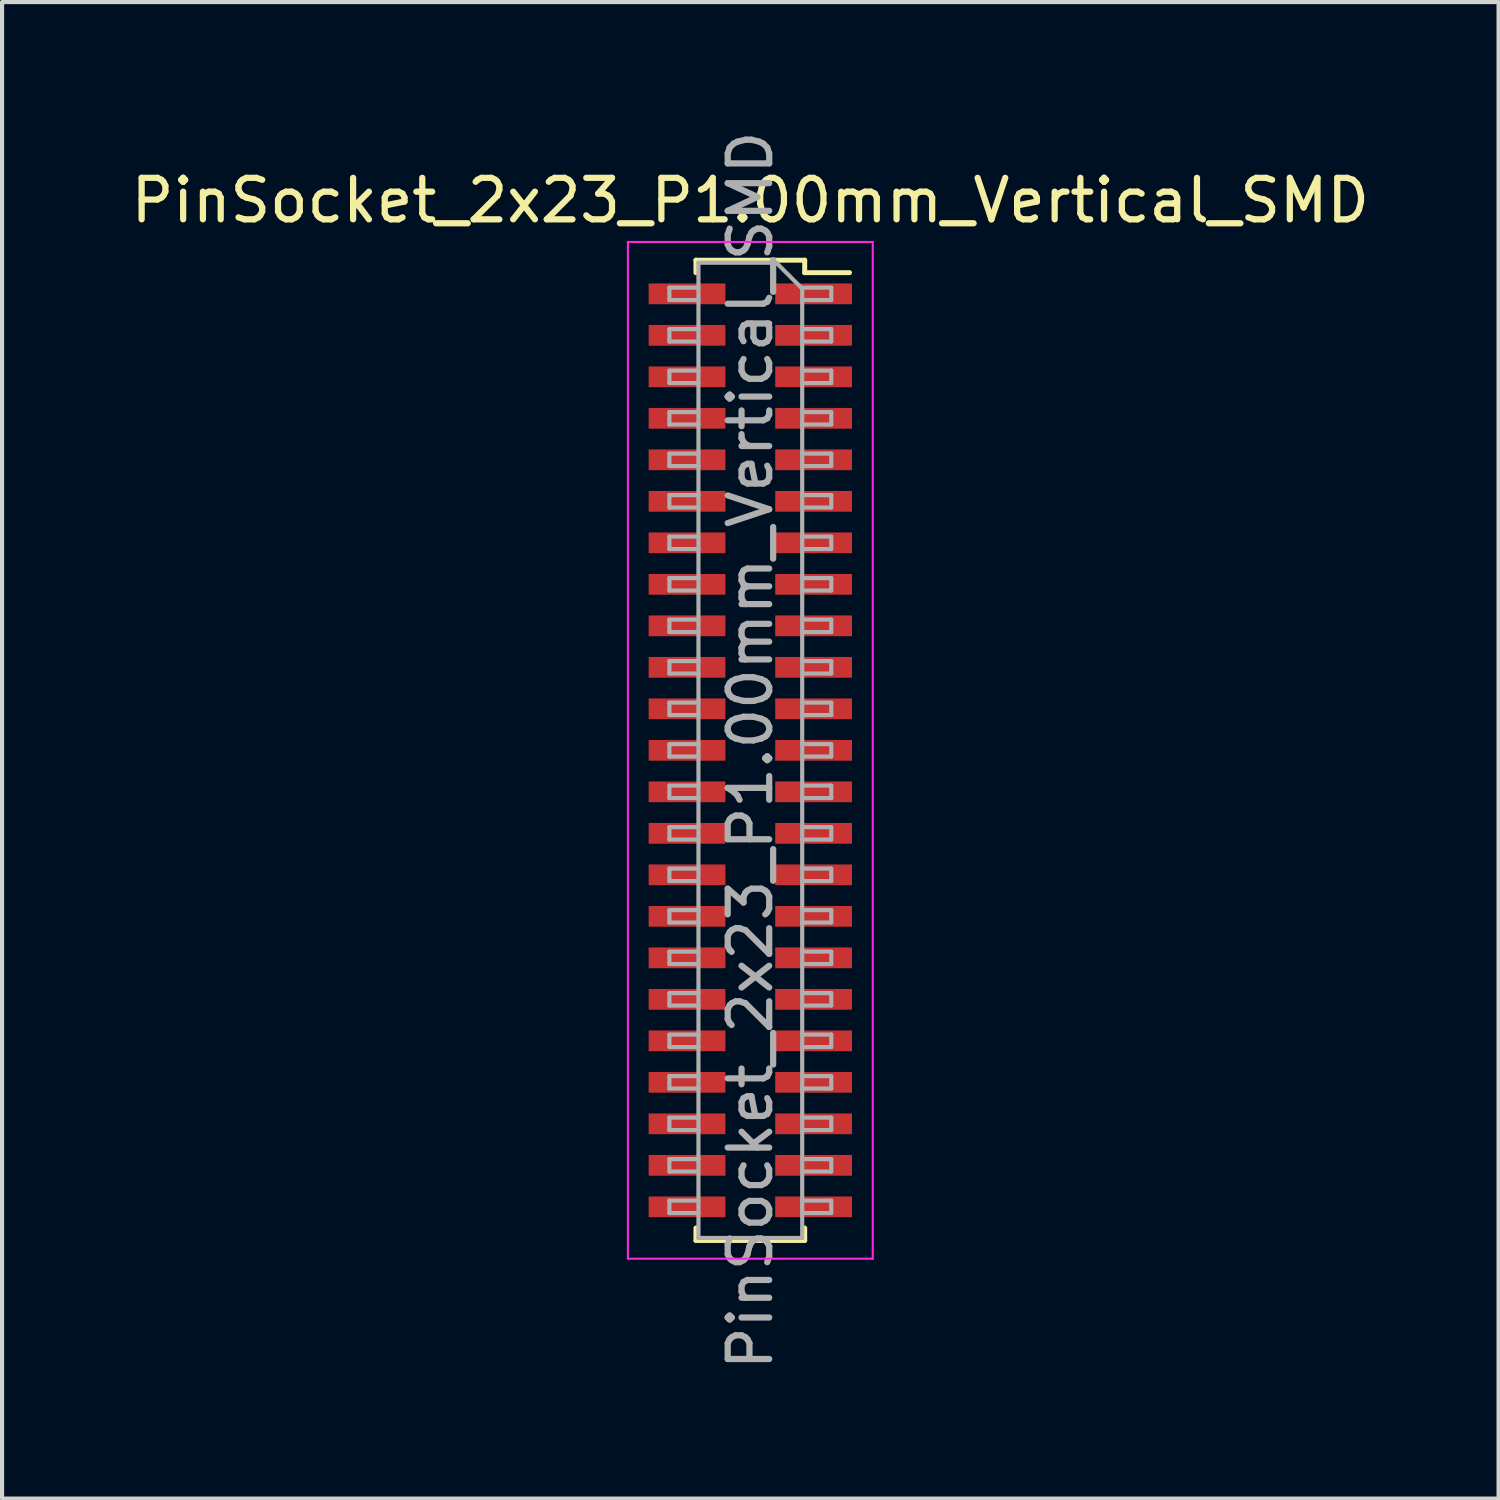
<source format=kicad_pcb>
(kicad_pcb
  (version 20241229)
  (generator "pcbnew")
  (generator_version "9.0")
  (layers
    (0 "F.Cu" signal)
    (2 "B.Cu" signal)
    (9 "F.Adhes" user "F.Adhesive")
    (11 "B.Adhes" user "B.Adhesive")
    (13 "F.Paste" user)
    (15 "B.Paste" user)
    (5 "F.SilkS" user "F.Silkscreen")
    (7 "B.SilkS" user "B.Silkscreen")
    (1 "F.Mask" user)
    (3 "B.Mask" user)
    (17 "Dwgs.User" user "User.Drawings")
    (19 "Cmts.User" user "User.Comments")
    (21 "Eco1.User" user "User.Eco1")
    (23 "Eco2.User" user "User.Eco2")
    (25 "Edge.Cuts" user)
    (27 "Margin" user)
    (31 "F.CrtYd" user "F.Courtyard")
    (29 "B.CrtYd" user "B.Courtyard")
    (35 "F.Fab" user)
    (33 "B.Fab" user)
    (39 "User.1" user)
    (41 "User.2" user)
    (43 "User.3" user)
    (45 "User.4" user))
  (footprint "PinSocket_2x23_P1.00mm_Vertical_SMD"
    (layer "F.Cu")
    (at 15.03 15.03)
    (property "Reference" "PinSocket_2x23_P1.00mm_Vertical_SMD" (at 0 -13.25 0) (layer "F.SilkS") (effects (font (size 1 1) (thickness 0.15))))
    (attr smd)
    (fp_line (start -1.31 -11.81) (end -1.31 -11.51) (stroke (width 0.12) (type solid)) (layer "F.SilkS"))
    (fp_line (start -1.31 -11.81) (end 1.31 -11.81) (stroke (width 0.12) (type solid)) (layer "F.SilkS"))
    (fp_line (start -1.31 11.51) (end -1.31 11.81) (stroke (width 0.12) (type solid)) (layer "F.SilkS"))
    (fp_line (start -1.31 11.81) (end 1.31 11.81) (stroke (width 0.12) (type solid)) (layer "F.SilkS"))
    (fp_line (start 1.31 -11.81) (end 1.31 -11.51) (stroke (width 0.12) (type solid)) (layer "F.SilkS"))
    (fp_line (start 1.31 -11.51) (end 2.39 -11.51) (stroke (width 0.12) (type solid)) (layer "F.SilkS"))
    (fp_line (start 1.31 11.51) (end 1.31 11.81) (stroke (width 0.12) (type solid)) (layer "F.SilkS"))
    (fp_line (start -2.95 -12.25) (end 2.95 -12.25) (stroke (width 0.05) (type solid)) (layer "F.CrtYd"))
    (fp_line (start -2.95 12.25) (end -2.95 -12.25) (stroke (width 0.05) (type solid)) (layer "F.CrtYd"))
    (fp_line (start 2.95 -12.25) (end 2.95 12.25) (stroke (width 0.05) (type solid)) (layer "F.CrtYd"))
    (fp_line (start 2.95 12.25) (end -2.95 12.25) (stroke (width 0.05) (type solid)) (layer "F.CrtYd"))
    (fp_line (start -1.95 -11.15) (end -1.25 -11.15) (stroke (width 0.1) (type solid)) (layer "F.Fab"))
    (fp_line (start -1.95 -10.85) (end -1.95 -11.15) (stroke (width 0.1) (type solid)) (layer "F.Fab"))
    (fp_line (start -1.95 -10.15) (end -1.25 -10.15) (stroke (width 0.1) (type solid)) (layer "F.Fab"))
    (fp_line (start -1.95 -9.85) (end -1.95 -10.15) (stroke (width 0.1) (type solid)) (layer "F.Fab"))
    (fp_line (start -1.95 -9.15) (end -1.25 -9.15) (stroke (width 0.1) (type solid)) (layer "F.Fab"))
    (fp_line (start -1.95 -8.85) (end -1.95 -9.15) (stroke (width 0.1) (type solid)) (layer "F.Fab"))
    (fp_line (start -1.95 -8.15) (end -1.25 -8.15) (stroke (width 0.1) (type solid)) (layer "F.Fab"))
    (fp_line (start -1.95 -7.85) (end -1.95 -8.15) (stroke (width 0.1) (type solid)) (layer "F.Fab"))
    (fp_line (start -1.95 -7.15) (end -1.25 -7.15) (stroke (width 0.1) (type solid)) (layer "F.Fab"))
    (fp_line (start -1.95 -6.85) (end -1.95 -7.15) (stroke (width 0.1) (type solid)) (layer "F.Fab"))
    (fp_line (start -1.95 -6.15) (end -1.25 -6.15) (stroke (width 0.1) (type solid)) (layer "F.Fab"))
    (fp_line (start -1.95 -5.85) (end -1.95 -6.15) (stroke (width 0.1) (type solid)) (layer "F.Fab"))
    (fp_line (start -1.95 -5.15) (end -1.25 -5.15) (stroke (width 0.1) (type solid)) (layer "F.Fab"))
    (fp_line (start -1.95 -4.85) (end -1.95 -5.15) (stroke (width 0.1) (type solid)) (layer "F.Fab"))
    (fp_line (start -1.95 -4.15) (end -1.25 -4.15) (stroke (width 0.1) (type solid)) (layer "F.Fab"))
    (fp_line (start -1.95 -3.85) (end -1.95 -4.15) (stroke (width 0.1) (type solid)) (layer "F.Fab"))
    (fp_line (start -1.95 -3.15) (end -1.25 -3.15) (stroke (width 0.1) (type solid)) (layer "F.Fab"))
    (fp_line (start -1.95 -2.85) (end -1.95 -3.15) (stroke (width 0.1) (type solid)) (layer "F.Fab"))
    (fp_line (start -1.95 -2.15) (end -1.25 -2.15) (stroke (width 0.1) (type solid)) (layer "F.Fab"))
    (fp_line (start -1.95 -1.85) (end -1.95 -2.15) (stroke (width 0.1) (type solid)) (layer "F.Fab"))
    (fp_line (start -1.95 -1.15) (end -1.25 -1.15) (stroke (width 0.1) (type solid)) (layer "F.Fab"))
    (fp_line (start -1.95 -0.85) (end -1.95 -1.15) (stroke (width 0.1) (type solid)) (layer "F.Fab"))
    (fp_line (start -1.95 -0.15) (end -1.25 -0.15) (stroke (width 0.1) (type solid)) (layer "F.Fab"))
    (fp_line (start -1.95 0.15) (end -1.95 -0.15) (stroke (width 0.1) (type solid)) (layer "F.Fab"))
    (fp_line (start -1.95 0.85) (end -1.25 0.85) (stroke (width 0.1) (type solid)) (layer "F.Fab"))
    (fp_line (start -1.95 1.15) (end -1.95 0.85) (stroke (width 0.1) (type solid)) (layer "F.Fab"))
    (fp_line (start -1.95 1.85) (end -1.25 1.85) (stroke (width 0.1) (type solid)) (layer "F.Fab"))
    (fp_line (start -1.95 2.15) (end -1.95 1.85) (stroke (width 0.1) (type solid)) (layer "F.Fab"))
    (fp_line (start -1.95 2.85) (end -1.25 2.85) (stroke (width 0.1) (type solid)) (layer "F.Fab"))
    (fp_line (start -1.95 3.15) (end -1.95 2.85) (stroke (width 0.1) (type solid)) (layer "F.Fab"))
    (fp_line (start -1.95 3.85) (end -1.25 3.85) (stroke (width 0.1) (type solid)) (layer "F.Fab"))
    (fp_line (start -1.95 4.15) (end -1.95 3.85) (stroke (width 0.1) (type solid)) (layer "F.Fab"))
    (fp_line (start -1.95 4.85) (end -1.25 4.85) (stroke (width 0.1) (type solid)) (layer "F.Fab"))
    (fp_line (start -1.95 5.15) (end -1.95 4.85) (stroke (width 0.1) (type solid)) (layer "F.Fab"))
    (fp_line (start -1.95 5.85) (end -1.25 5.85) (stroke (width 0.1) (type solid)) (layer "F.Fab"))
    (fp_line (start -1.95 6.15) (end -1.95 5.85) (stroke (width 0.1) (type solid)) (layer "F.Fab"))
    (fp_line (start -1.95 6.85) (end -1.25 6.85) (stroke (width 0.1) (type solid)) (layer "F.Fab"))
    (fp_line (start -1.95 7.15) (end -1.95 6.85) (stroke (width 0.1) (type solid)) (layer "F.Fab"))
    (fp_line (start -1.95 7.85) (end -1.25 7.85) (stroke (width 0.1) (type solid)) (layer "F.Fab"))
    (fp_line (start -1.95 8.15) (end -1.95 7.85) (stroke (width 0.1) (type solid)) (layer "F.Fab"))
    (fp_line (start -1.95 8.85) (end -1.25 8.85) (stroke (width 0.1) (type solid)) (layer "F.Fab"))
    (fp_line (start -1.95 9.15) (end -1.95 8.85) (stroke (width 0.1) (type solid)) (layer "F.Fab"))
    (fp_line (start -1.95 9.85) (end -1.25 9.85) (stroke (width 0.1) (type solid)) (layer "F.Fab"))
    (fp_line (start -1.95 10.15) (end -1.95 9.85) (stroke (width 0.1) (type solid)) (layer "F.Fab"))
    (fp_line (start -1.95 10.85) (end -1.25 10.85) (stroke (width 0.1) (type solid)) (layer "F.Fab"))
    (fp_line (start -1.95 11.15) (end -1.95 10.85) (stroke (width 0.1) (type solid)) (layer "F.Fab"))
    (fp_line (start -1.25 -11.75) (end 0.625 -11.75) (stroke (width 0.1) (type solid)) (layer "F.Fab"))
    (fp_line (start -1.25 -10.85) (end -1.95 -10.85) (stroke (width 0.1) (type solid)) (layer "F.Fab"))
    (fp_line (start -1.25 -9.85) (end -1.95 -9.85) (stroke (width 0.1) (type solid)) (layer "F.Fab"))
    (fp_line (start -1.25 -8.85) (end -1.95 -8.85) (stroke (width 0.1) (type solid)) (layer "F.Fab"))
    (fp_line (start -1.25 -7.85) (end -1.95 -7.85) (stroke (width 0.1) (type solid)) (layer "F.Fab"))
    (fp_line (start -1.25 -6.85) (end -1.95 -6.85) (stroke (width 0.1) (type solid)) (layer "F.Fab"))
    (fp_line (start -1.25 -5.85) (end -1.95 -5.85) (stroke (width 0.1) (type solid)) (layer "F.Fab"))
    (fp_line (start -1.25 -4.85) (end -1.95 -4.85) (stroke (width 0.1) (type solid)) (layer "F.Fab"))
    (fp_line (start -1.25 -3.85) (end -1.95 -3.85) (stroke (width 0.1) (type solid)) (layer "F.Fab"))
    (fp_line (start -1.25 -2.85) (end -1.95 -2.85) (stroke (width 0.1) (type solid)) (layer "F.Fab"))
    (fp_line (start -1.25 -1.85) (end -1.95 -1.85) (stroke (width 0.1) (type solid)) (layer "F.Fab"))
    (fp_line (start -1.25 -0.85) (end -1.95 -0.85) (stroke (width 0.1) (type solid)) (layer "F.Fab"))
    (fp_line (start -1.25 0.15) (end -1.95 0.15) (stroke (width 0.1) (type solid)) (layer "F.Fab"))
    (fp_line (start -1.25 1.15) (end -1.95 1.15) (stroke (width 0.1) (type solid)) (layer "F.Fab"))
    (fp_line (start -1.25 2.15) (end -1.95 2.15) (stroke (width 0.1) (type solid)) (layer "F.Fab"))
    (fp_line (start -1.25 3.15) (end -1.95 3.15) (stroke (width 0.1) (type solid)) (layer "F.Fab"))
    (fp_line (start -1.25 4.15) (end -1.95 4.15) (stroke (width 0.1) (type solid)) (layer "F.Fab"))
    (fp_line (start -1.25 5.15) (end -1.95 5.15) (stroke (width 0.1) (type solid)) (layer "F.Fab"))
    (fp_line (start -1.25 6.15) (end -1.95 6.15) (stroke (width 0.1) (type solid)) (layer "F.Fab"))
    (fp_line (start -1.25 7.15) (end -1.95 7.15) (stroke (width 0.1) (type solid)) (layer "F.Fab"))
    (fp_line (start -1.25 8.15) (end -1.95 8.15) (stroke (width 0.1) (type solid)) (layer "F.Fab"))
    (fp_line (start -1.25 9.15) (end -1.95 9.15) (stroke (width 0.1) (type solid)) (layer "F.Fab"))
    (fp_line (start -1.25 10.15) (end -1.95 10.15) (stroke (width 0.1) (type solid)) (layer "F.Fab"))
    (fp_line (start -1.25 11.15) (end -1.95 11.15) (stroke (width 0.1) (type solid)) (layer "F.Fab"))
    (fp_line (start -1.25 11.75) (end -1.25 -11.75) (stroke (width 0.1) (type solid)) (layer "F.Fab"))
    (fp_line (start 0.625 -11.75) (end 1.25 -11.125) (stroke (width 0.1) (type solid)) (layer "F.Fab"))
    (fp_line (start 1.25 -11.15) (end 1.95 -11.15) (stroke (width 0.1) (type solid)) (layer "F.Fab"))
    (fp_line (start 1.25 -11.125) (end 1.25 11.75) (stroke (width 0.1) (type solid)) (layer "F.Fab"))
    (fp_line (start 1.25 -10.15) (end 1.95 -10.15) (stroke (width 0.1) (type solid)) (layer "F.Fab"))
    (fp_line (start 1.25 -9.15) (end 1.95 -9.15) (stroke (width 0.1) (type solid)) (layer "F.Fab"))
    (fp_line (start 1.25 -8.15) (end 1.95 -8.15) (stroke (width 0.1) (type solid)) (layer "F.Fab"))
    (fp_line (start 1.25 -7.15) (end 1.95 -7.15) (stroke (width 0.1) (type solid)) (layer "F.Fab"))
    (fp_line (start 1.25 -6.15) (end 1.95 -6.15) (stroke (width 0.1) (type solid)) (layer "F.Fab"))
    (fp_line (start 1.25 -5.15) (end 1.95 -5.15) (stroke (width 0.1) (type solid)) (layer "F.Fab"))
    (fp_line (start 1.25 -4.15) (end 1.95 -4.15) (stroke (width 0.1) (type solid)) (layer "F.Fab"))
    (fp_line (start 1.25 -3.15) (end 1.95 -3.15) (stroke (width 0.1) (type solid)) (layer "F.Fab"))
    (fp_line (start 1.25 -2.15) (end 1.95 -2.15) (stroke (width 0.1) (type solid)) (layer "F.Fab"))
    (fp_line (start 1.25 -1.15) (end 1.95 -1.15) (stroke (width 0.1) (type solid)) (layer "F.Fab"))
    (fp_line (start 1.25 -0.15) (end 1.95 -0.15) (stroke (width 0.1) (type solid)) (layer "F.Fab"))
    (fp_line (start 1.25 0.85) (end 1.95 0.85) (stroke (width 0.1) (type solid)) (layer "F.Fab"))
    (fp_line (start 1.25 1.85) (end 1.95 1.85) (stroke (width 0.1) (type solid)) (layer "F.Fab"))
    (fp_line (start 1.25 2.85) (end 1.95 2.85) (stroke (width 0.1) (type solid)) (layer "F.Fab"))
    (fp_line (start 1.25 3.85) (end 1.95 3.85) (stroke (width 0.1) (type solid)) (layer "F.Fab"))
    (fp_line (start 1.25 4.85) (end 1.95 4.85) (stroke (width 0.1) (type solid)) (layer "F.Fab"))
    (fp_line (start 1.25 5.85) (end 1.95 5.85) (stroke (width 0.1) (type solid)) (layer "F.Fab"))
    (fp_line (start 1.25 6.85) (end 1.95 6.85) (stroke (width 0.1) (type solid)) (layer "F.Fab"))
    (fp_line (start 1.25 7.85) (end 1.95 7.85) (stroke (width 0.1) (type solid)) (layer "F.Fab"))
    (fp_line (start 1.25 8.85) (end 1.95 8.85) (stroke (width 0.1) (type solid)) (layer "F.Fab"))
    (fp_line (start 1.25 9.85) (end 1.95 9.85) (stroke (width 0.1) (type solid)) (layer "F.Fab"))
    (fp_line (start 1.25 10.85) (end 1.95 10.85) (stroke (width 0.1) (type solid)) (layer "F.Fab"))
    (fp_line (start 1.25 11.75) (end -1.25 11.75) (stroke (width 0.1) (type solid)) (layer "F.Fab"))
    (fp_line (start 1.95 -11.15) (end 1.95 -10.85) (stroke (width 0.1) (type solid)) (layer "F.Fab"))
    (fp_line (start 1.95 -10.85) (end 1.25 -10.85) (stroke (width 0.1) (type solid)) (layer "F.Fab"))
    (fp_line (start 1.95 -10.15) (end 1.95 -9.85) (stroke (width 0.1) (type solid)) (layer "F.Fab"))
    (fp_line (start 1.95 -9.85) (end 1.25 -9.85) (stroke (width 0.1) (type solid)) (layer "F.Fab"))
    (fp_line (start 1.95 -9.15) (end 1.95 -8.85) (stroke (width 0.1) (type solid)) (layer "F.Fab"))
    (fp_line (start 1.95 -8.85) (end 1.25 -8.85) (stroke (width 0.1) (type solid)) (layer "F.Fab"))
    (fp_line (start 1.95 -8.15) (end 1.95 -7.85) (stroke (width 0.1) (type solid)) (layer "F.Fab"))
    (fp_line (start 1.95 -7.85) (end 1.25 -7.85) (stroke (width 0.1) (type solid)) (layer "F.Fab"))
    (fp_line (start 1.95 -7.15) (end 1.95 -6.85) (stroke (width 0.1) (type solid)) (layer "F.Fab"))
    (fp_line (start 1.95 -6.85) (end 1.25 -6.85) (stroke (width 0.1) (type solid)) (layer "F.Fab"))
    (fp_line (start 1.95 -6.15) (end 1.95 -5.85) (stroke (width 0.1) (type solid)) (layer "F.Fab"))
    (fp_line (start 1.95 -5.85) (end 1.25 -5.85) (stroke (width 0.1) (type solid)) (layer "F.Fab"))
    (fp_line (start 1.95 -5.15) (end 1.95 -4.85) (stroke (width 0.1) (type solid)) (layer "F.Fab"))
    (fp_line (start 1.95 -4.85) (end 1.25 -4.85) (stroke (width 0.1) (type solid)) (layer "F.Fab"))
    (fp_line (start 1.95 -4.15) (end 1.95 -3.85) (stroke (width 0.1) (type solid)) (layer "F.Fab"))
    (fp_line (start 1.95 -3.85) (end 1.25 -3.85) (stroke (width 0.1) (type solid)) (layer "F.Fab"))
    (fp_line (start 1.95 -3.15) (end 1.95 -2.85) (stroke (width 0.1) (type solid)) (layer "F.Fab"))
    (fp_line (start 1.95 -2.85) (end 1.25 -2.85) (stroke (width 0.1) (type solid)) (layer "F.Fab"))
    (fp_line (start 1.95 -2.15) (end 1.95 -1.85) (stroke (width 0.1) (type solid)) (layer "F.Fab"))
    (fp_line (start 1.95 -1.85) (end 1.25 -1.85) (stroke (width 0.1) (type solid)) (layer "F.Fab"))
    (fp_line (start 1.95 -1.15) (end 1.95 -0.85) (stroke (width 0.1) (type solid)) (layer "F.Fab"))
    (fp_line (start 1.95 -0.85) (end 1.25 -0.85) (stroke (width 0.1) (type solid)) (layer "F.Fab"))
    (fp_line (start 1.95 -0.15) (end 1.95 0.15) (stroke (width 0.1) (type solid)) (layer "F.Fab"))
    (fp_line (start 1.95 0.15) (end 1.25 0.15) (stroke (width 0.1) (type solid)) (layer "F.Fab"))
    (fp_line (start 1.95 0.85) (end 1.95 1.15) (stroke (width 0.1) (type solid)) (layer "F.Fab"))
    (fp_line (start 1.95 1.15) (end 1.25 1.15) (stroke (width 0.1) (type solid)) (layer "F.Fab"))
    (fp_line (start 1.95 1.85) (end 1.95 2.15) (stroke (width 0.1) (type solid)) (layer "F.Fab"))
    (fp_line (start 1.95 2.15) (end 1.25 2.15) (stroke (width 0.1) (type solid)) (layer "F.Fab"))
    (fp_line (start 1.95 2.85) (end 1.95 3.15) (stroke (width 0.1) (type solid)) (layer "F.Fab"))
    (fp_line (start 1.95 3.15) (end 1.25 3.15) (stroke (width 0.1) (type solid)) (layer "F.Fab"))
    (fp_line (start 1.95 3.85) (end 1.95 4.15) (stroke (width 0.1) (type solid)) (layer "F.Fab"))
    (fp_line (start 1.95 4.15) (end 1.25 4.15) (stroke (width 0.1) (type solid)) (layer "F.Fab"))
    (fp_line (start 1.95 4.85) (end 1.95 5.15) (stroke (width 0.1) (type solid)) (layer "F.Fab"))
    (fp_line (start 1.95 5.15) (end 1.25 5.15) (stroke (width 0.1) (type solid)) (layer "F.Fab"))
    (fp_line (start 1.95 5.85) (end 1.95 6.15) (stroke (width 0.1) (type solid)) (layer "F.Fab"))
    (fp_line (start 1.95 6.15) (end 1.25 6.15) (stroke (width 0.1) (type solid)) (layer "F.Fab"))
    (fp_line (start 1.95 6.85) (end 1.95 7.15) (stroke (width 0.1) (type solid)) (layer "F.Fab"))
    (fp_line (start 1.95 7.15) (end 1.25 7.15) (stroke (width 0.1) (type solid)) (layer "F.Fab"))
    (fp_line (start 1.95 7.85) (end 1.95 8.15) (stroke (width 0.1) (type solid)) (layer "F.Fab"))
    (fp_line (start 1.95 8.15) (end 1.25 8.15) (stroke (width 0.1) (type solid)) (layer "F.Fab"))
    (fp_line (start 1.95 8.85) (end 1.95 9.15) (stroke (width 0.1) (type solid)) (layer "F.Fab"))
    (fp_line (start 1.95 9.15) (end 1.25 9.15) (stroke (width 0.1) (type solid)) (layer "F.Fab"))
    (fp_line (start 1.95 9.85) (end 1.95 10.15) (stroke (width 0.1) (type solid)) (layer "F.Fab"))
    (fp_line (start 1.95 10.15) (end 1.25 10.15) (stroke (width 0.1) (type solid)) (layer "F.Fab"))
    (fp_line (start 1.95 10.85) (end 1.95 11.15) (stroke (width 0.1) (type solid)) (layer "F.Fab"))
    (fp_line (start 1.95 11.15) (end 1.25 11.15) (stroke (width 0.1) (type solid)) (layer "F.Fab"))
    (fp_text user "${REFERENCE}" (at 0 0 90) (layer "F.Fab") (effects (font (size 1 1) (thickness 0.15))))
    (pad "1" smd rect (at 1.525 -11) (size 1.85 0.5) (layers "F.Cu" "F.Mask" "F.Paste"))
    (pad "2" smd rect (at -1.525 -11) (size 1.85 0.5) (layers "F.Cu" "F.Mask" "F.Paste"))
    (pad "3" smd rect (at 1.525 -10) (size 1.85 0.5) (layers "F.Cu" "F.Mask" "F.Paste"))
    (pad "4" smd rect (at -1.525 -10) (size 1.85 0.5) (layers "F.Cu" "F.Mask" "F.Paste"))
    (pad "5" smd rect (at 1.525 -9) (size 1.85 0.5) (layers "F.Cu" "F.Mask" "F.Paste"))
    (pad "6" smd rect (at -1.525 -9) (size 1.85 0.5) (layers "F.Cu" "F.Mask" "F.Paste"))
    (pad "7" smd rect (at 1.525 -8) (size 1.85 0.5) (layers "F.Cu" "F.Mask" "F.Paste"))
    (pad "8" smd rect (at -1.525 -8) (size 1.85 0.5) (layers "F.Cu" "F.Mask" "F.Paste"))
    (pad "9" smd rect (at 1.525 -7) (size 1.85 0.5) (layers "F.Cu" "F.Mask" "F.Paste"))
    (pad "10" smd rect (at -1.525 -7) (size 1.85 0.5) (layers "F.Cu" "F.Mask" "F.Paste"))
    (pad "11" smd rect (at 1.525 -6) (size 1.85 0.5) (layers "F.Cu" "F.Mask" "F.Paste"))
    (pad "12" smd rect (at -1.525 -6) (size 1.85 0.5) (layers "F.Cu" "F.Mask" "F.Paste"))
    (pad "13" smd rect (at 1.525 -5) (size 1.85 0.5) (layers "F.Cu" "F.Mask" "F.Paste"))
    (pad "14" smd rect (at -1.525 -5) (size 1.85 0.5) (layers "F.Cu" "F.Mask" "F.Paste"))
    (pad "15" smd rect (at 1.525 -4) (size 1.85 0.5) (layers "F.Cu" "F.Mask" "F.Paste"))
    (pad "16" smd rect (at -1.525 -4) (size 1.85 0.5) (layers "F.Cu" "F.Mask" "F.Paste"))
    (pad "17" smd rect (at 1.525 -3) (size 1.85 0.5) (layers "F.Cu" "F.Mask" "F.Paste"))
    (pad "18" smd rect (at -1.525 -3) (size 1.85 0.5) (layers "F.Cu" "F.Mask" "F.Paste"))
    (pad "19" smd rect (at 1.525 -2) (size 1.85 0.5) (layers "F.Cu" "F.Mask" "F.Paste"))
    (pad "20" smd rect (at -1.525 -2) (size 1.85 0.5) (layers "F.Cu" "F.Mask" "F.Paste"))
    (pad "21" smd rect (at 1.525 -1) (size 1.85 0.5) (layers "F.Cu" "F.Mask" "F.Paste"))
    (pad "22" smd rect (at -1.525 -1) (size 1.85 0.5) (layers "F.Cu" "F.Mask" "F.Paste"))
    (pad "23" smd rect (at 1.525 0) (size 1.85 0.5) (layers "F.Cu" "F.Mask" "F.Paste"))
    (pad "24" smd rect (at -1.525 0) (size 1.85 0.5) (layers "F.Cu" "F.Mask" "F.Paste"))
    (pad "25" smd rect (at 1.525 1) (size 1.85 0.5) (layers "F.Cu" "F.Mask" "F.Paste"))
    (pad "26" smd rect (at -1.525 1) (size 1.85 0.5) (layers "F.Cu" "F.Mask" "F.Paste"))
    (pad "27" smd rect (at 1.525 2) (size 1.85 0.5) (layers "F.Cu" "F.Mask" "F.Paste"))
    (pad "28" smd rect (at -1.525 2) (size 1.85 0.5) (layers "F.Cu" "F.Mask" "F.Paste"))
    (pad "29" smd rect (at 1.525 3) (size 1.85 0.5) (layers "F.Cu" "F.Mask" "F.Paste"))
    (pad "30" smd rect (at -1.525 3) (size 1.85 0.5) (layers "F.Cu" "F.Mask" "F.Paste"))
    (pad "31" smd rect (at 1.525 4) (size 1.85 0.5) (layers "F.Cu" "F.Mask" "F.Paste"))
    (pad "32" smd rect (at -1.525 4) (size 1.85 0.5) (layers "F.Cu" "F.Mask" "F.Paste"))
    (pad "33" smd rect (at 1.525 5) (size 1.85 0.5) (layers "F.Cu" "F.Mask" "F.Paste"))
    (pad "34" smd rect (at -1.525 5) (size 1.85 0.5) (layers "F.Cu" "F.Mask" "F.Paste"))
    (pad "35" smd rect (at 1.525 6) (size 1.85 0.5) (layers "F.Cu" "F.Mask" "F.Paste"))
    (pad "36" smd rect (at -1.525 6) (size 1.85 0.5) (layers "F.Cu" "F.Mask" "F.Paste"))
    (pad "37" smd rect (at 1.525 7) (size 1.85 0.5) (layers "F.Cu" "F.Mask" "F.Paste"))
    (pad "38" smd rect (at -1.525 7) (size 1.85 0.5) (layers "F.Cu" "F.Mask" "F.Paste"))
    (pad "39" smd rect (at 1.525 8) (size 1.85 0.5) (layers "F.Cu" "F.Mask" "F.Paste"))
    (pad "40" smd rect (at -1.525 8) (size 1.85 0.5) (layers "F.Cu" "F.Mask" "F.Paste"))
    (pad "41" smd rect (at 1.525 9) (size 1.85 0.5) (layers "F.Cu" "F.Mask" "F.Paste"))
    (pad "42" smd rect (at -1.525 9) (size 1.85 0.5) (layers "F.Cu" "F.Mask" "F.Paste"))
    (pad "43" smd rect (at 1.525 10) (size 1.85 0.5) (layers "F.Cu" "F.Mask" "F.Paste"))
    (pad "44" smd rect (at -1.525 10) (size 1.85 0.5) (layers "F.Cu" "F.Mask" "F.Paste"))
    (pad "45" smd rect (at 1.525 11) (size 1.85 0.5) (layers "F.Cu" "F.Mask" "F.Paste"))
    (pad "46" smd rect (at -1.525 11) (size 1.85 0.5) (layers "F.Cu" "F.Mask" "F.Paste")))
  (gr_rect
    (start -3 -3)
    (end 33.06 33.06)
    (stroke (width 0.1) (type default))
    (fill no)
    (layer "Edge.Cuts")))
</source>
